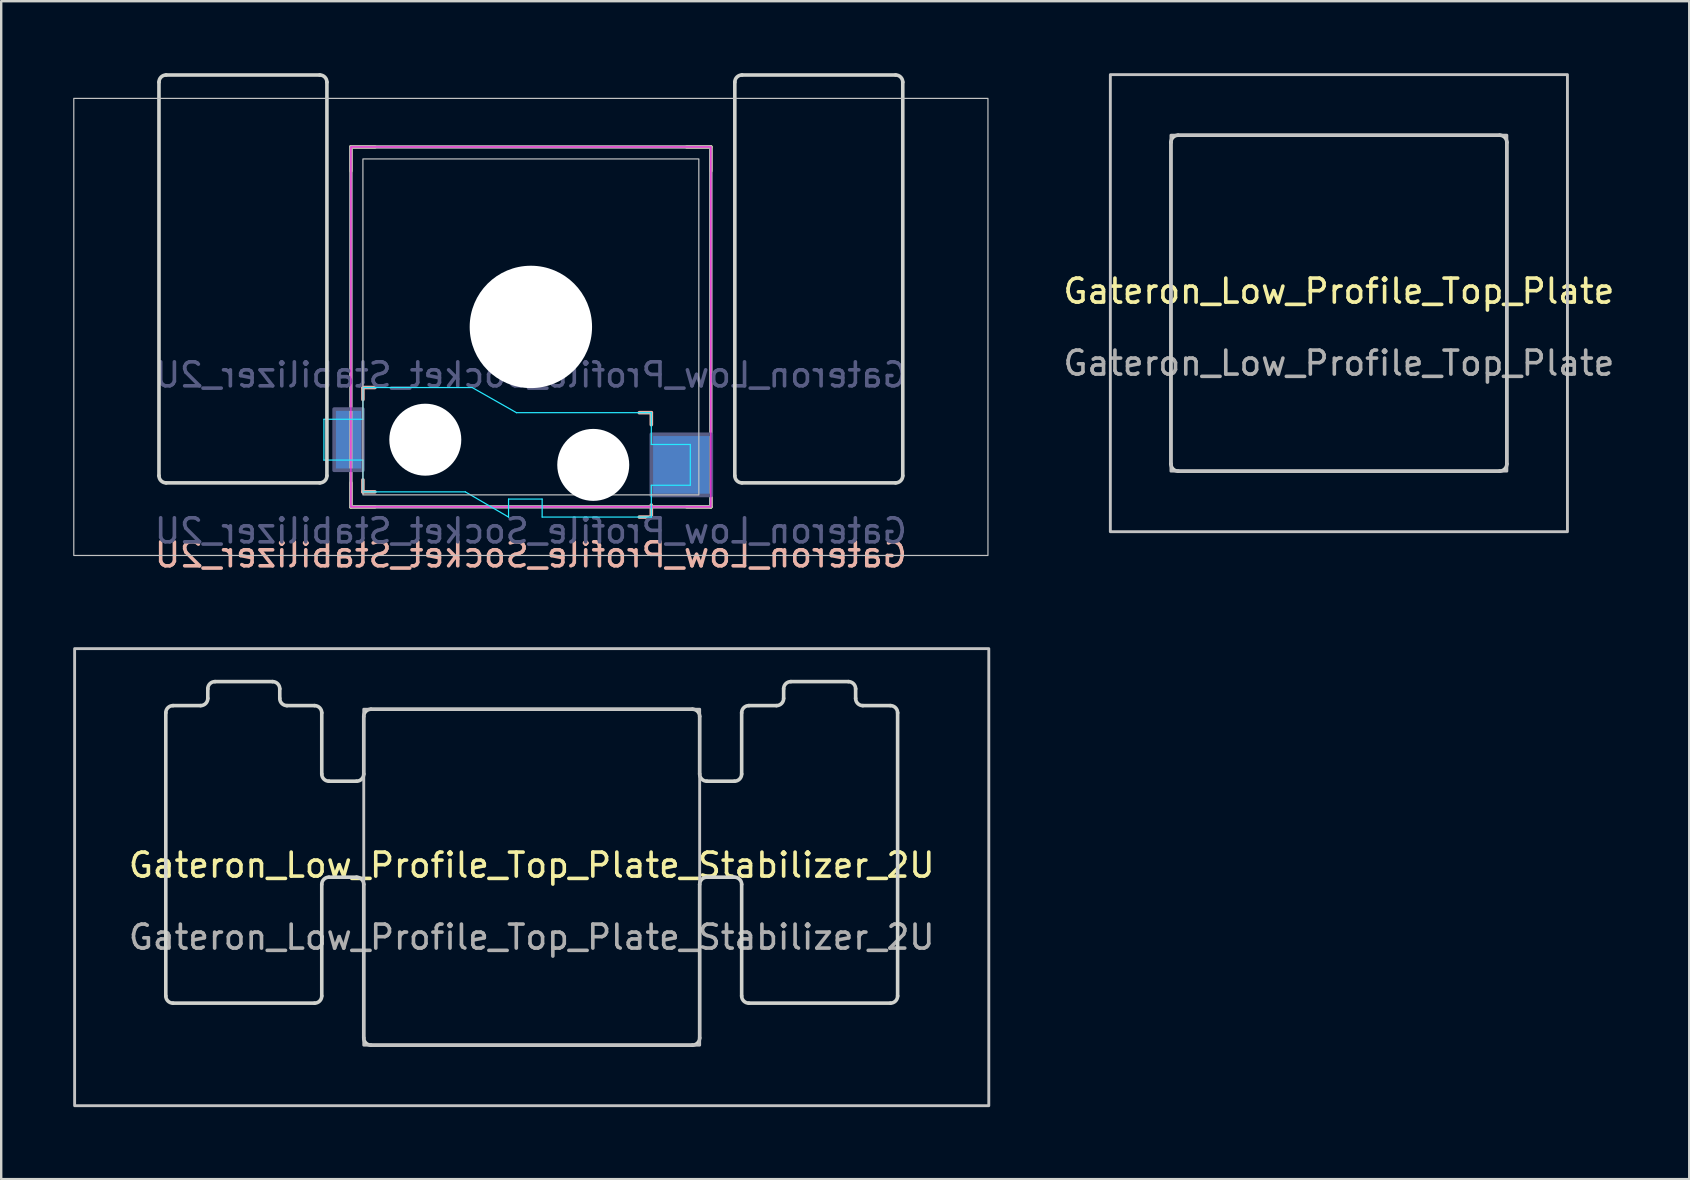
<source format=kicad_pcb>
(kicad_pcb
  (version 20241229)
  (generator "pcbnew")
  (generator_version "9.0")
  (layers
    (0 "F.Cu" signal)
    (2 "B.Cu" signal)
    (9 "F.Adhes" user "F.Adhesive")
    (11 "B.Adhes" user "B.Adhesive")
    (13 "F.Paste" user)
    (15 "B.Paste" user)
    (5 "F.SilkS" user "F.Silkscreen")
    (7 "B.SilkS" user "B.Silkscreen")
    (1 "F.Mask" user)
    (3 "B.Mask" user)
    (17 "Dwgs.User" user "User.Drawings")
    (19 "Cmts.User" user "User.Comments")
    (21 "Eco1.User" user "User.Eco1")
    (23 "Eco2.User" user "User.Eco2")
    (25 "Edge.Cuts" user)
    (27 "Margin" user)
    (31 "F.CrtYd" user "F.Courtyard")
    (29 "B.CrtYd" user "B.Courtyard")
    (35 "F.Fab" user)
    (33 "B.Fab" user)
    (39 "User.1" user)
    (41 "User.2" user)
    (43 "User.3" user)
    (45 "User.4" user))
  (footprint "Gateron_Low_Profile_Top_Plate_Stabilizer_2U"
    (layer "F.Cu")
    (at 19.11 33.508)
    (property "Reference" "Gateron_Low_Profile_Top_Plate_Stabilizer_2U" (at 0 -0.5 0) (unlocked yes) (layer "F.SilkS") (effects (font (size 1 1) (thickness 0.15))))
    (attr smd)
    (fp_rect (start -19.05 -9.525) (end 19.05 9.525) (stroke (width 0.12) (type default)) (fill no) (layer "Dwgs.User"))
    (fp_rect (start -7 -7) (end 7 7) (stroke (width 0.12) (type default)) (fill no) (layer "Dwgs.User"))
    (fp_line (start -15.25 4.95) (end -15.25 -6.85) (stroke (width 0.15) (type default)) (layer "Edge.Cuts"))
    (fp_line (start -14.95 -7.15) (end -13.8 -7.15) (stroke (width 0.15) (type default)) (layer "Edge.Cuts"))
    (fp_line (start -13.5 -7.45) (end -13.5 -7.85) (stroke (width 0.15) (type default)) (layer "Edge.Cuts"))
    (fp_line (start -13.2 -8.15) (end -10.8 -8.15) (stroke (width 0.15) (type default)) (layer "Edge.Cuts"))
    (fp_line (start -10.5 -7.85) (end -10.5 -7.45) (stroke (width 0.15) (type default)) (layer "Edge.Cuts"))
    (fp_line (start -10.2 -7.15) (end -9.05 -7.15) (stroke (width 0.15) (type default)) (layer "Edge.Cuts"))
    (fp_line (start -9.05 5.25) (end -14.95 5.25) (stroke (width 0.15) (type default)) (layer "Edge.Cuts"))
    (fp_line (start -8.75 -6.85) (end -8.75 -4.3) (stroke (width 0.15) (type default)) (layer "Edge.Cuts"))
    (fp_line (start -8.75 0.3) (end -8.75 4.95) (stroke (width 0.15) (type default)) (layer "Edge.Cuts"))
    (fp_line (start -8.45 -4) (end -7.3 -4) (stroke (width 0.15) (type default)) (layer "Edge.Cuts"))
    (fp_line (start -8.45 0) (end -7.3 0) (stroke (width 0.15) (type default)) (layer "Edge.Cuts"))
    (fp_line (start -7 -4.3) (end -7 -6.7) (stroke (width 0.15) (type default)) (layer "Edge.Cuts"))
    (fp_line (start -7 6.7) (end -7 0.3) (stroke (width 0.15) (type default)) (layer "Edge.Cuts"))
    (fp_line (start -6.7 -7) (end 6.7 -7) (stroke (width 0.15) (type default)) (layer "Edge.Cuts"))
    (fp_line (start 6.7 7) (end -6.7 7) (stroke (width 0.15) (type default)) (layer "Edge.Cuts"))
    (fp_line (start 7 -6.7) (end 7 -4.3) (stroke (width 0.15) (type default)) (layer "Edge.Cuts"))
    (fp_line (start 7 0.3) (end 7 6.7) (stroke (width 0.15) (type default)) (layer "Edge.Cuts"))
    (fp_line (start 7.3 -4) (end 8.45 -4) (stroke (width 0.15) (type default)) (layer "Edge.Cuts"))
    (fp_line (start 7.3 0) (end 8.45 0) (stroke (width 0.15) (type default)) (layer "Edge.Cuts"))
    (fp_line (start 8.75 -4.3) (end 8.75 -6.85) (stroke (width 0.15) (type default)) (layer "Edge.Cuts"))
    (fp_line (start 8.75 4.95) (end 8.75 0.3) (stroke (width 0.15) (type default)) (layer "Edge.Cuts"))
    (fp_line (start 9.05 -7.15) (end 10.2 -7.15) (stroke (width 0.15) (type default)) (layer "Edge.Cuts"))
    (fp_line (start 10.5 -7.45) (end 10.5 -7.85) (stroke (width 0.15) (type default)) (layer "Edge.Cuts"))
    (fp_line (start 10.8 -8.15) (end 13.2 -8.15) (stroke (width 0.15) (type default)) (layer "Edge.Cuts"))
    (fp_line (start 13.5 -7.85) (end 13.5 -7.45) (stroke (width 0.15) (type default)) (layer "Edge.Cuts"))
    (fp_line (start 13.8 -7.15) (end 14.95 -7.15) (stroke (width 0.15) (type default)) (layer "Edge.Cuts"))
    (fp_line (start 14.95 5.25) (end 9.05 5.25) (stroke (width 0.15) (type default)) (layer "Edge.Cuts"))
    (fp_line (start 15.25 -6.85) (end 15.25 4.95) (stroke (width 0.15) (type default)) (layer "Edge.Cuts"))
    (fp_arc (start -15.25 -6.85) (mid -15.162132 -7.062132) (end -14.95 -7.15) (stroke (width 0.15) (type default)) (layer "Edge.Cuts"))
    (fp_arc (start -14.95 5.25) (mid -15.162132 5.162132) (end -15.25 4.95) (stroke (width 0.15) (type default)) (layer "Edge.Cuts"))
    (fp_arc (start -13.5 -7.85) (mid -13.412132 -8.062132) (end -13.2 -8.15) (stroke (width 0.15) (type default)) (layer "Edge.Cuts"))
    (fp_arc (start -13.5 -7.45) (mid -13.587868 -7.237868) (end -13.8 -7.15) (stroke (width 0.15) (type default)) (layer "Edge.Cuts"))
    (fp_arc (start -10.8 -8.15) (mid -10.587868 -8.062132) (end -10.5 -7.85) (stroke (width 0.15) (type default)) (layer "Edge.Cuts"))
    (fp_arc (start -10.2 -7.15) (mid -10.412132 -7.237868) (end -10.5 -7.45) (stroke (width 0.15) (type default)) (layer "Edge.Cuts"))
    (fp_arc (start -9.05 -7.15) (mid -8.837868 -7.062132) (end -8.75 -6.85) (stroke (width 0.15) (type default)) (layer "Edge.Cuts"))
    (fp_arc (start -8.75 0.3) (mid -8.662132 0.087868) (end -8.45 0) (stroke (width 0.15) (type default)) (layer "Edge.Cuts"))
    (fp_arc (start -8.75 4.95) (mid -8.837868 5.162132) (end -9.05 5.25) (stroke (width 0.15) (type default)) (layer "Edge.Cuts"))
    (fp_arc (start -8.45 -4) (mid -8.662132 -4.087868) (end -8.75 -4.3) (stroke (width 0.15) (type default)) (layer "Edge.Cuts"))
    (fp_arc (start -7.3 0) (mid -7.087868 0.087868) (end -7 0.3) (stroke (width 0.15) (type default)) (layer "Edge.Cuts"))
    (fp_arc (start -7 -6.7) (mid -6.912132 -6.912132) (end -6.7 -7) (stroke (width 0.15) (type default)) (layer "Edge.Cuts"))
    (fp_arc (start -7 -4.3) (mid -7.087868 -4.087868) (end -7.3 -4) (stroke (width 0.15) (type default)) (layer "Edge.Cuts"))
    (fp_arc (start -6.7 7) (mid -6.912132 6.912132) (end -7 6.7) (stroke (width 0.15) (type default)) (layer "Edge.Cuts"))
    (fp_arc (start 6.7 -7) (mid 6.912132 -6.912132) (end 7 -6.7) (stroke (width 0.15) (type default)) (layer "Edge.Cuts"))
    (fp_arc (start 7 0.3) (mid 7.087868 0.087868) (end 7.3 0) (stroke (width 0.15) (type default)) (layer "Edge.Cuts"))
    (fp_arc (start 7 6.7) (mid 6.912132 6.912132) (end 6.7 7) (stroke (width 0.15) (type default)) (layer "Edge.Cuts"))
    (fp_arc (start 7.3 -4) (mid 7.087868 -4.087868) (end 7 -4.3) (stroke (width 0.15) (type default)) (layer "Edge.Cuts"))
    (fp_arc (start 8.45 0) (mid 8.662132 0.087868) (end 8.75 0.3) (stroke (width 0.15) (type default)) (layer "Edge.Cuts"))
    (fp_arc (start 8.75 -6.85) (mid 8.837868 -7.062132) (end 9.05 -7.15) (stroke (width 0.15) (type default)) (layer "Edge.Cuts"))
    (fp_arc (start 8.75 -4.3) (mid 8.662132 -4.087868) (end 8.45 -4) (stroke (width 0.15) (type default)) (layer "Edge.Cuts"))
    (fp_arc (start 9.05 5.25) (mid 8.837868 5.162132) (end 8.75 4.95) (stroke (width 0.15) (type default)) (layer "Edge.Cuts"))
    (fp_arc (start 10.5 -7.85) (mid 10.587868 -8.062132) (end 10.8 -8.15) (stroke (width 0.15) (type default)) (layer "Edge.Cuts"))
    (fp_arc (start 10.5 -7.45) (mid 10.412132 -7.237868) (end 10.2 -7.15) (stroke (width 0.15) (type default)) (layer "Edge.Cuts"))
    (fp_arc (start 13.2 -8.15) (mid 13.412132 -8.062132) (end 13.5 -7.85) (stroke (width 0.15) (type default)) (layer "Edge.Cuts"))
    (fp_arc (start 13.8 -7.15) (mid 13.587868 -7.237868) (end 13.5 -7.45) (stroke (width 0.15) (type default)) (layer "Edge.Cuts"))
    (fp_arc (start 14.95 -7.15) (mid 15.162132 -7.062132) (end 15.25 -6.85) (stroke (width 0.15) (type default)) (layer "Edge.Cuts"))
    (fp_arc (start 15.25 4.95) (mid 15.162132 5.162132) (end 14.95 5.25) (stroke (width 0.15) (type default)) (layer "Edge.Cuts"))
    (fp_text user "${REFERENCE}" (at 0 2.5 0) (unlocked yes) (layer "F.Fab") (effects (font (size 1 1) (thickness 0.15)))))
  (footprint "Gateron_Low_Profile_Socket_Stabilizer_2U"
    (layer "F.Cu")
    (at 19.075 10.575)
    (property "Reference" "Gateron_Low_Profile_Socket_Stabilizer_2U" (at 0 9.5 0) (layer "B.SilkS") (effects (font (size 1 1) (thickness 0.15)) (justify mirror)))
    (property "Value" "Gateron_Low_Profile_Socket_Stabilizer_2U" (at 0 8.5 0) (layer "F.Fab") (hide yes) (effects (font (size 1 1) (thickness 0.15))))
    (attr smd)
    (fp_line (start -7.5 -6.5) (end -7.5 -7.5) (stroke (width 0.15) (type solid)) (layer "F.SilkS"))
    (fp_line (start -7.5 7.5) (end -7.5 6.5) (stroke (width 0.15) (type solid)) (layer "F.SilkS"))
    (fp_line (start -7.5 7.5) (end -6.5 7.5) (stroke (width 0.15) (type solid)) (layer "F.SilkS"))
    (fp_line (start -6.5 -7.5) (end -7.5 -7.5) (stroke (width 0.15) (type solid)) (layer "F.SilkS"))
    (fp_line (start 6.5 7.5) (end 7.5 7.5) (stroke (width 0.15) (type solid)) (layer "F.SilkS"))
    (fp_line (start 7.5 -7.5) (end 6.5 -7.5) (stroke (width 0.15) (type solid)) (layer "F.SilkS"))
    (fp_line (start 7.5 -7.5) (end 7.5 -6.5) (stroke (width 0.15) (type solid)) (layer "F.SilkS"))
    (fp_line (start 7.5 6.5) (end 7.5 7.5) (stroke (width 0.15) (type solid)) (layer "F.SilkS"))
    (fp_line (start -7 2.525) (end -7 3.025) (stroke (width 0.15) (type default)) (layer "B.SilkS"))
    (fp_line (start -7 2.525) (end -6.5 2.525) (stroke (width 0.15) (type default)) (layer "B.SilkS"))
    (fp_line (start -7 6.375) (end -7 6.875) (stroke (width 0.15) (type default)) (layer "B.SilkS"))
    (fp_line (start -7 6.875) (end -6.5 6.875) (stroke (width 0.15) (type default)) (layer "B.SilkS"))
    (fp_line (start 4.52 3.575) (end 5.02 3.575) (stroke (width 0.15) (type default)) (layer "B.SilkS"))
    (fp_line (start 4.52 7.925) (end 5.02 7.925) (stroke (width 0.15) (type default)) (layer "B.SilkS"))
    (fp_line (start 5.02 4.075) (end 5.02 3.575) (stroke (width 0.15) (type default)) (layer "B.SilkS"))
    (fp_line (start 5.02 7.925) (end 5.02 7.425) (stroke (width 0.15) (type default)) (layer "B.SilkS"))
    (fp_rect (start -19.05 -9.525) (end 19.05 9.525) (stroke (width 0.05) (type solid)) (fill no) (layer "Dwgs.User"))
    (fp_rect (start -7 -7) (end 7 7) (stroke (width 0.05) (type solid)) (fill no) (layer "Dwgs.User"))
    (fp_line (start -15.5 6.2) (end -15.5 -10.2) (stroke (width 0.15) (type default)) (layer "Edge.Cuts"))
    (fp_line (start -15.2 -10.5) (end -8.8 -10.5) (stroke (width 0.15) (type default)) (layer "Edge.Cuts"))
    (fp_line (start -8.8 6.5) (end -15.2 6.5) (stroke (width 0.15) (type default)) (layer "Edge.Cuts"))
    (fp_line (start -8.5 -10.2) (end -8.5 6.2) (stroke (width 0.15) (type default)) (layer "Edge.Cuts"))
    (fp_line (start 8.5 6.2) (end 8.5 -10.2) (stroke (width 0.15) (type default)) (layer "Edge.Cuts"))
    (fp_line (start 8.8 -10.5) (end 15.2 -10.5) (stroke (width 0.15) (type default)) (layer "Edge.Cuts"))
    (fp_line (start 15.2 6.5) (end 8.8 6.5) (stroke (width 0.15) (type default)) (layer "Edge.Cuts"))
    (fp_line (start 15.5 -10.2) (end 15.5 6.2) (stroke (width 0.15) (type default)) (layer "Edge.Cuts"))
    (fp_arc (start -15.5 -10.2) (mid -15.412132 -10.412132) (end -15.2 -10.5) (stroke (width 0.15) (type default)) (layer "Edge.Cuts"))
    (fp_arc (start -15.2 6.5) (mid -15.412132 6.412132) (end -15.5 6.2) (stroke (width 0.15) (type default)) (layer "Edge.Cuts"))
    (fp_arc (start -8.8 -10.5) (mid -8.587868 -10.412132) (end -8.5 -10.2) (stroke (width 0.15) (type default)) (layer "Edge.Cuts"))
    (fp_arc (start -8.5 6.2) (mid -8.587868 6.412132) (end -8.8 6.5) (stroke (width 0.15) (type default)) (layer "Edge.Cuts"))
    (fp_arc (start 8.5 -10.2) (mid 8.587868 -10.412132) (end 8.8 -10.5) (stroke (width 0.15) (type default)) (layer "Edge.Cuts"))
    (fp_arc (start 8.8 6.5) (mid 8.587868 6.412132) (end 8.5 6.2) (stroke (width 0.15) (type default)) (layer "Edge.Cuts"))
    (fp_arc (start 15.2 -10.5) (mid 15.412132 -10.412132) (end 15.5 -10.2) (stroke (width 0.15) (type default)) (layer "Edge.Cuts"))
    (fp_arc (start 15.5 6.2) (mid 15.412132 6.412132) (end 15.2 6.5) (stroke (width 0.15) (type default)) (layer "Edge.Cuts"))
    (fp_line (start -8.625 3.85) (end -8.625 5.55) (stroke (width 0.05) (type solid)) (layer "B.CrtYd"))
    (fp_line (start -8.625 3.85) (end -7 3.85) (stroke (width 0.05) (type default)) (layer "B.CrtYd"))
    (fp_line (start -8.625 5.55) (end -7 5.55) (stroke (width 0.05) (type default)) (layer "B.CrtYd"))
    (fp_line (start -7 2.525) (end -2.45 2.525) (stroke (width 0.05) (type solid)) (layer "B.CrtYd"))
    (fp_line (start -7 3.85) (end -7 2.525) (stroke (width 0.05) (type default)) (layer "B.CrtYd"))
    (fp_line (start -7 5.55) (end -7 6.875) (stroke (width 0.05) (type solid)) (layer "B.CrtYd"))
    (fp_line (start -2.73 6.875) (end -7 6.875) (stroke (width 0.05) (type default)) (layer "B.CrtYd"))
    (fp_line (start -2.73 6.875) (end -0.93 7.925) (stroke (width 0.05) (type solid)) (layer "B.CrtYd"))
    (fp_line (start -0.93 7.925) (end -0.93 7.175) (stroke (width 0.05) (type solid)) (layer "B.CrtYd"))
    (fp_line (start -0.6 3.575) (end -2.45 2.525) (stroke (width 0.05) (type solid)) (layer "B.CrtYd"))
    (fp_line (start -0.6 3.575) (end 5.02 3.575) (stroke (width 0.05) (type solid)) (layer "B.CrtYd"))
    (fp_line (start 0.47 7.175) (end -0.93 7.175) (stroke (width 0.05) (type solid)) (layer "B.CrtYd"))
    (fp_line (start 0.47 7.925) (end 0.47 7.175) (stroke (width 0.05) (type solid)) (layer "B.CrtYd"))
    (fp_line (start 0.47 7.925) (end 5.02 7.925) (stroke (width 0.05) (type solid)) (layer "B.CrtYd"))
    (fp_line (start 5.02 4.9) (end 5.02 3.575) (stroke (width 0.05) (type default)) (layer "B.CrtYd"))
    (fp_line (start 5.02 6.6) (end 5.02 7.925) (stroke (width 0.05) (type solid)) (layer "B.CrtYd"))
    (fp_line (start 6.645 4.9) (end 5.02 4.9) (stroke (width 0.05) (type default)) (layer "B.CrtYd"))
    (fp_line (start 6.645 4.9) (end 6.645 6.6) (stroke (width 0.05) (type solid)) (layer "B.CrtYd"))
    (fp_line (start 6.645 6.6) (end 5.02 6.6) (stroke (width 0.05) (type default)) (layer "B.CrtYd"))
    (fp_rect (start -7.5 -7.5) (end 7.5 7.5) (stroke (width 0.05) (type default)) (fill no) (layer "F.CrtYd"))
    (fp_rect (start -8.2 3.425) (end -7 5.975) (stroke (width 0.15) (type solid)) (fill no) (layer "B.Fab"))
    (fp_rect (start 5.02 4.475) (end 7.52 7.025) (stroke (width 0.15) (type solid)) (fill no) (layer "B.Fab"))
    (fp_rect (start -7.5 -7.5) (end 7.5 7.5) (stroke (width 0.15) (type solid)) (fill no) (layer "F.Fab"))
    (fp_text user "${REFERENCE}" (at 0 2 0) (layer "B.Fab") (effects (font (size 1 1) (thickness 0.15)) (justify mirror)))
    (fp_text user "${VALUE}" (at 0 8.5 0) (layer "B.Fab") (effects (font (size 1 1) (thickness 0.15)) (justify mirror)))
    (pad "" np_thru_hole circle (at -4.4 4.7) (size 3 3) (drill 3) (layers "*.Cu" "*.Mask"))
    (pad "" np_thru_hole circle (at 0 0) (size 5.1 5.1) (drill 5.1) (layers "*.Cu" "*.Mask"))
    (pad "" np_thru_hole circle (at 2.6 5.75) (size 3 3) (drill 3) (layers "*.Cu" "*.Mask"))
    (pad "1" smd rect (at -7.6 4.7) (size 1.2 2.55) (layers "B.Cu" "B.Mask" "B.Paste"))
    (pad "2" smd rect (at 6.27 5.75) (size 2.5 2.55) (layers "B.Cu" "B.Mask" "B.Paste")))
  (footprint "Gateron_Low_Profile_Top_Plate"
    (layer "F.Cu")
    (at 52.751 9.585)
    (property "Reference" "Gateron_Low_Profile_Top_Plate" (at 0 -0.5 0) (unlocked yes) (layer "F.SilkS") (effects (font (size 1 1) (thickness 0.15))))
    (attr smd)
    (fp_rect (start -9.525 -9.525) (end 9.525 9.525) (stroke (width 0.12) (type default)) (fill no) (layer "Dwgs.User"))
    (fp_rect (start -7 -7) (end 7 7) (stroke (width 0.12) (type default)) (fill no) (layer "Dwgs.User"))
    (fp_line (start -7 6.7) (end -7 -6.7) (stroke (width 0.15) (type default)) (layer "Edge.Cuts"))
    (fp_line (start -6.7 -7) (end 6.7 -7) (stroke (width 0.15) (type default)) (layer "Edge.Cuts"))
    (fp_line (start 6.7 7) (end -6.7 7) (stroke (width 0.15) (type default)) (layer "Edge.Cuts"))
    (fp_line (start 7 -6.7) (end 7 6.7) (stroke (width 0.15) (type default)) (layer "Edge.Cuts"))
    (fp_arc (start -7 -6.7) (mid -6.912132 -6.912132) (end -6.7 -7) (stroke (width 0.15) (type default)) (layer "Edge.Cuts"))
    (fp_arc (start -6.7 7) (mid -6.912132 6.912132) (end -7 6.7) (stroke (width 0.15) (type default)) (layer "Edge.Cuts"))
    (fp_arc (start 6.7 -7) (mid 6.912132 -6.912132) (end 7 -6.7) (stroke (width 0.15) (type default)) (layer "Edge.Cuts"))
    (fp_arc (start 7 6.7) (mid 6.912132 6.912132) (end 6.7 7) (stroke (width 0.15) (type default)) (layer "Edge.Cuts"))
    (fp_text user "${REFERENCE}" (at 0 2.5 0) (unlocked yes) (layer "F.Fab") (effects (font (size 1 1) (thickness 0.15)))))
  (gr_rect
    (start -3 -3)
    (end 67.352 46.093)
    (stroke (width 0.1) (type default))
    (fill no)
    (layer "Edge.Cuts")))
</source>
